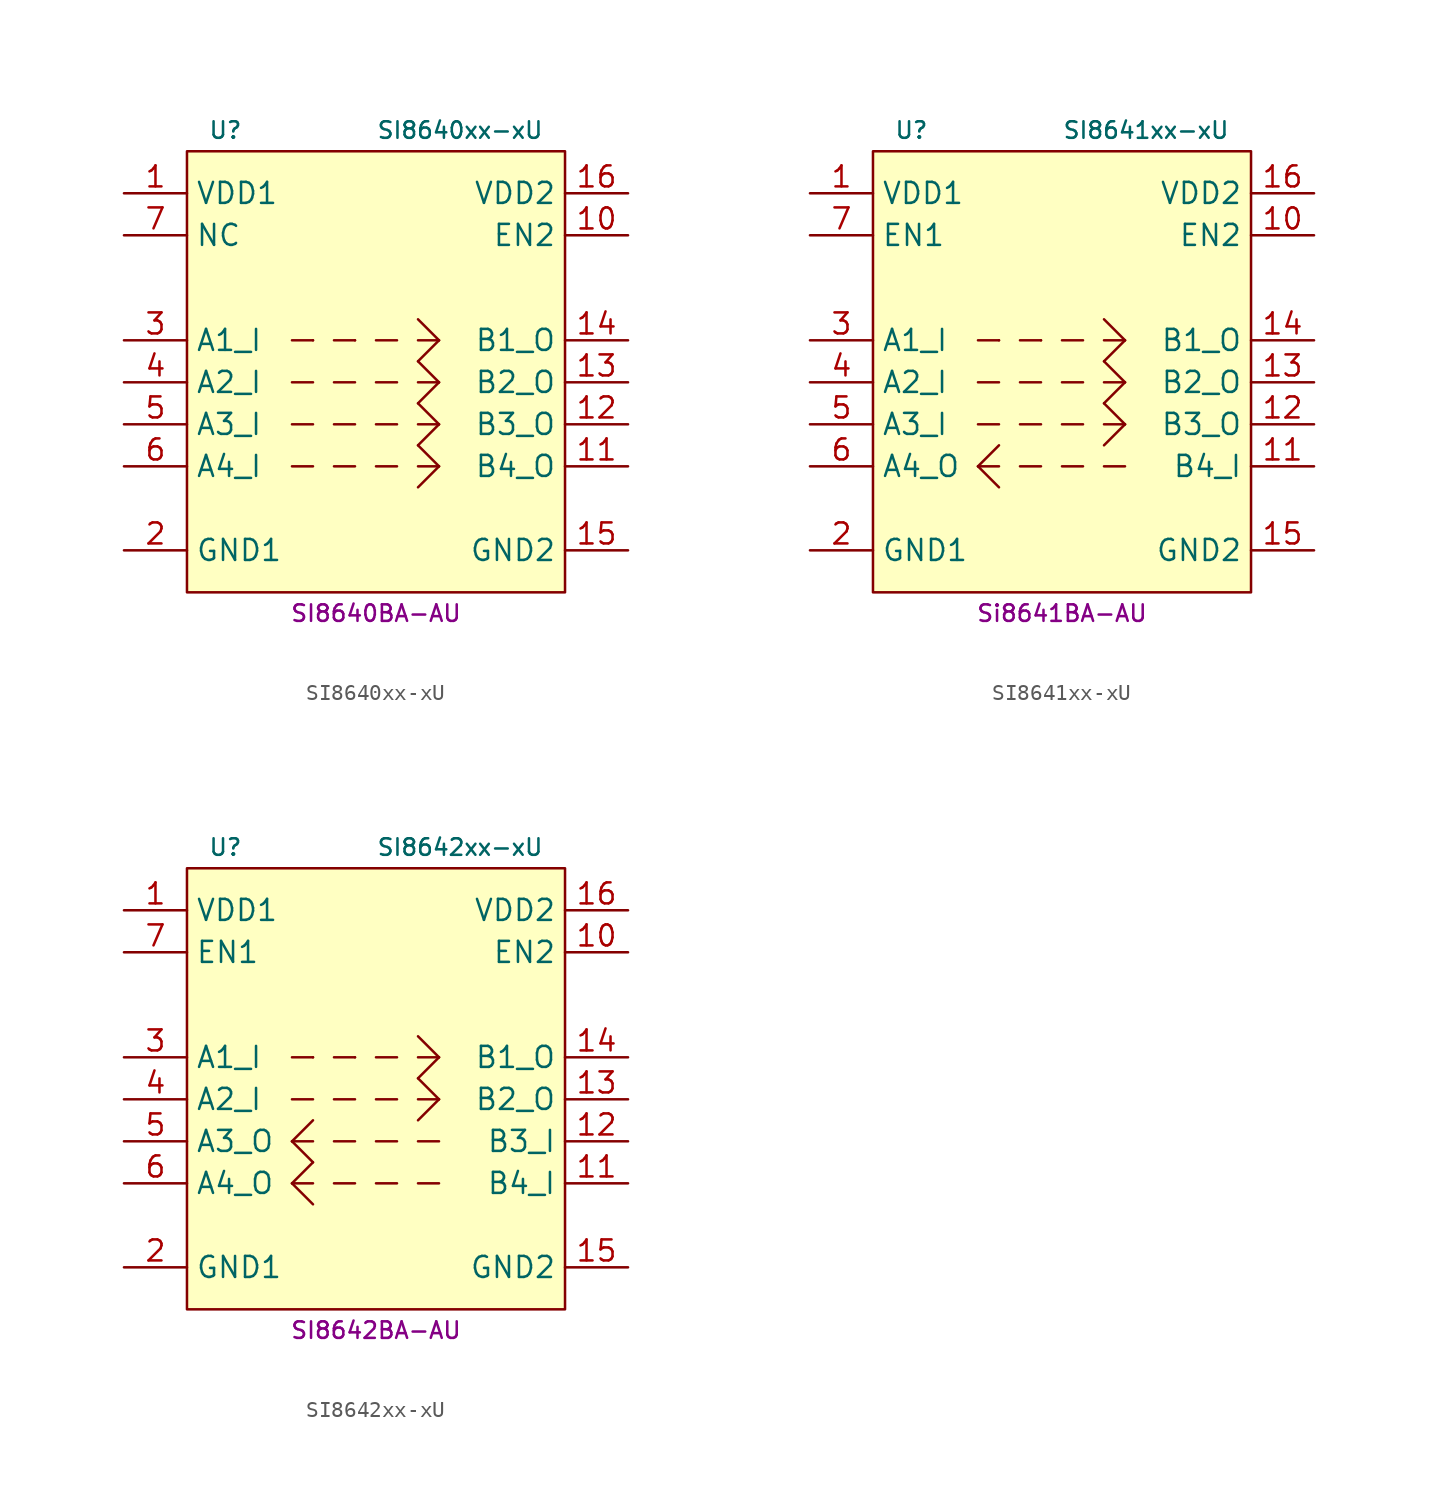
<source format=kicad_sym>
(kicad_symbol_lib
  (version 20231120)
  (generator "kicad_symbol_editor")
  (generator_version "8.0")
  (symbol "SI8640xx-xU"
    (property "Reference" "U"
      (at -10.16 12.7 0)
      (do_not_autoplace)
      (effects (font (size 1 1)) (justify left)))
    (property "Value" "SI8640xx-xU"
      (at 10.16 12.7 0)
      (do_not_autoplace)
      (effects (font (size 1 1)) (justify right)))
    (property "MPN" "SI8640BA-AU"
      (at 0 -16.51 0)
      (do_not_autoplace)
      (effects (font (size 1 1))))
    (symbol "SI8640xx-xU_0_1"
      (rectangle (start -11.43 11.43) (end 11.43 -15.24) (stroke (width 0) (type default)) (fill (type background)))
      (polyline (pts (xy -3.81 -2.54) (xy -5.08 -2.54)) (stroke (width 0) (type default)) (fill (type none)))
      (polyline (pts (xy -1.27 -2.54) (xy -2.54 -2.54)) (stroke (width 0) (type default)) (fill (type none)))
      (polyline (pts (xy -1.27 0) (xy -2.54 0)) (stroke (width 0) (type default)) (fill (type none)))
      (polyline (pts (xy -1.27 0) (xy -1.27 0)) (stroke (width 0) (type default)) (fill (type none)))
      (polyline (pts (xy 1.27 -2.54) (xy 0 -2.54)) (stroke (width 0) (type default)) (fill (type none)))
      (polyline (pts (xy 1.27 0) (xy 0 0)) (stroke (width 0) (type default)) (fill (type none)))
      (polyline (pts (xy 3.81 -2.54) (xy 2.54 -3.81)) (stroke (width 0) (type default)) (fill (type none)))
      (polyline (pts (xy 3.81 -2.54) (xy 2.54 -2.54)) (stroke (width 0) (type default)) (fill (type none)))
      (polyline (pts (xy 3.81 -2.54) (xy 2.54 -1.27)) (stroke (width 0) (type default)) (fill (type none))))
    (symbol "SI8640xx-xU_1_1"
      (polyline (pts (xy -5.08 -7.62) (xy -3.81 -7.62)) (stroke (width 0) (type default)) (fill (type none)))
      (polyline (pts (xy -3.81 -5.08) (xy -5.08 -5.08)) (stroke (width 0) (type default)) (fill (type none)))
      (polyline (pts (xy -3.81 0) (xy -5.08 0)) (stroke (width 0) (type default)) (fill (type none)))
      (polyline (pts (xy -3.81 0) (xy -3.81 0)) (stroke (width 0) (type default)) (fill (type none)))
      (polyline (pts (xy -1.27 -7.62) (xy -2.54 -7.62)) (stroke (width 0) (type default)) (fill (type none)))
      (polyline (pts (xy -1.27 -5.08) (xy -2.54 -5.08)) (stroke (width 0) (type default)) (fill (type none)))
      (polyline (pts (xy 1.27 -7.62) (xy 0 -7.62)) (stroke (width 0) (type default)) (fill (type none)))
      (polyline (pts (xy 1.27 -5.08) (xy 0 -5.08)) (stroke (width 0) (type default)) (fill (type none)))
      (polyline (pts (xy 2.54 -8.89) (xy 3.81 -7.62)) (stroke (width 0) (type default)) (fill (type none)))
      (polyline (pts (xy 3.81 -7.62) (xy 2.54 -7.62)) (stroke (width 0) (type default)) (fill (type none)))
      (polyline (pts (xy 3.81 -7.62) (xy 2.54 -6.35)) (stroke (width 0) (type default)) (fill (type none)))
      (polyline (pts (xy 3.81 -5.08) (xy 2.54 -6.35)) (stroke (width 0) (type default)) (fill (type none)))
      (polyline (pts (xy 3.81 -5.08) (xy 2.54 -5.08)) (stroke (width 0) (type default)) (fill (type none)))
      (polyline (pts (xy 3.81 -5.08) (xy 2.54 -3.81)) (stroke (width 0) (type default)) (fill (type none)))
      (polyline (pts (xy 3.81 0) (xy 2.54 -1.27)) (stroke (width 0) (type default)) (fill (type none)))
      (polyline (pts (xy 3.81 0) (xy 2.54 0)) (stroke (width 0) (type default)) (fill (type none)))
      (polyline (pts (xy 3.81 0) (xy 2.54 1.27)) (stroke (width 0) (type default)) (fill (type none)))
      (pin power_in line (at -15.24 8.89 0) (length 3.81) (name "VDD1" (effects (font (size 1.27 1.27)))) (number "1" (effects (font (size 1.27 1.27)))))
      (pin input line (at 15.24 6.35 180) (length 3.81) (name "EN2" (effects (font (size 1.27 1.27)))) (number "10" (effects (font (size 1.27 1.27)))))
      (pin output line (at 15.24 -7.62 180) (length 3.81) (name "B4_O" (effects (font (size 1.27 1.27)))) (number "11" (effects (font (size 1.27 1.27)))))
      (pin output line (at 15.24 -5.08 180) (length 3.81) (name "B3_O" (effects (font (size 1.27 1.27)))) (number "12" (effects (font (size 1.27 1.27)))))
      (pin output line (at 15.24 -2.54 180) (length 3.81) (name "B2_O" (effects (font (size 1.27 1.27)))) (number "13" (effects (font (size 1.27 1.27)))))
      (pin output line (at 15.24 0 180) (length 3.81) (name "B1_O" (effects (font (size 1.27 1.27)))) (number "14" (effects (font (size 1.27 1.27)))))
      (pin power_in line (at 15.24 -12.7 180) (length 3.81) (name "GND2" (effects (font (size 1.27 1.27)))) (number "15" (effects (font (size 1.27 1.27)))))
      (pin power_in line (at 15.24 8.89 180) (length 3.81) (name "VDD2" (effects (font (size 1.27 1.27)))) (number "16" (effects (font (size 1.27 1.27)))))
      (pin power_in line (at -15.24 -12.7 0) (length 3.81) (name "GND1" (effects (font (size 1.27 1.27)))) (number "2" (effects (font (size 1.27 1.27)))))
      (pin input line (at -15.24 0 0) (length 3.81) (name "A1_I" (effects (font (size 1.27 1.27)))) (number "3" (effects (font (size 1.27 1.27)))))
      (pin input line (at -15.24 -2.54 0) (length 3.81) (name "A2_I" (effects (font (size 1.27 1.27)))) (number "4" (effects (font (size 1.27 1.27)))))
      (pin input line (at -15.24 -5.08 0) (length 3.81) (name "A3_I" (effects (font (size 1.27 1.27)))) (number "5" (effects (font (size 1.27 1.27)))))
      (pin input line (at -15.24 -7.62 0) (length 3.81) (name "A4_I" (effects (font (size 1.27 1.27)))) (number "6" (effects (font (size 1.27 1.27)))))
      (pin input line (at -15.24 6.35 0) (length 3.81) (name "NC" (effects (font (size 1.27 1.27)))) (number "7" (effects (font (size 1.27 1.27)))))
      (pin passive line (at -15.24 -12.7 0) (length 3.81) hide (name "GND1" (effects (font (size 1.27 1.27)))) (number "8" (effects (font (size 1.27 1.27)))))
      (pin passive line (at 15.24 -12.7 180) (length 3.81) hide (name "GND2" (effects (font (size 1.27 1.27)))) (number "9" (effects (font (size 1.27 1.27)))))))
  (symbol "SI8641xx-xU"
    (property "Reference" "U"
      (at -10.16 12.7 0)
      (do_not_autoplace)
      (effects (font (size 1 1)) (justify left)))
    (property "Value" "SI8641xx-xU"
      (at 10.16 12.7 0)
      (do_not_autoplace)
      (effects (font (size 1 1)) (justify right)))
    (property "MPN" "Si8641BA-AU"
      (at 0 -16.51 0)
      (do_not_autoplace)
      (effects (font (size 1 1))))
    (symbol "SI8641xx-xU_0_1"
      (rectangle (start -11.43 11.43) (end 11.43 -15.24) (stroke (width 0) (type default)) (fill (type background)))
      (polyline (pts (xy -3.81 -2.54) (xy -5.08 -2.54)) (stroke (width 0) (type default)) (fill (type none)))
      (polyline (pts (xy -1.27 -2.54) (xy -2.54 -2.54)) (stroke (width 0) (type default)) (fill (type none)))
      (polyline (pts (xy -1.27 0) (xy -2.54 0)) (stroke (width 0) (type default)) (fill (type none)))
      (polyline (pts (xy -1.27 0) (xy -1.27 0)) (stroke (width 0) (type default)) (fill (type none)))
      (polyline (pts (xy 1.27 -2.54) (xy 0 -2.54)) (stroke (width 0) (type default)) (fill (type none)))
      (polyline (pts (xy 1.27 0) (xy 0 0)) (stroke (width 0) (type default)) (fill (type none)))
      (polyline (pts (xy 3.81 -2.54) (xy 2.54 -3.81)) (stroke (width 0) (type default)) (fill (type none)))
      (polyline (pts (xy 3.81 -2.54) (xy 2.54 -2.54)) (stroke (width 0) (type default)) (fill (type none)))
      (polyline (pts (xy 3.81 -2.54) (xy 2.54 -1.27)) (stroke (width 0) (type default)) (fill (type none))))
    (symbol "SI8641xx-xU_1_1"
      (polyline (pts (xy -5.08 -7.62) (xy -3.81 -8.89)) (stroke (width 0) (type default)) (fill (type none)))
      (polyline (pts (xy -5.08 -7.62) (xy -3.81 -7.62)) (stroke (width 0) (type default)) (fill (type none)))
      (polyline (pts (xy -5.08 -7.62) (xy -3.81 -6.35)) (stroke (width 0) (type default)) (fill (type none)))
      (polyline (pts (xy -3.81 -5.08) (xy -5.08 -5.08)) (stroke (width 0) (type default)) (fill (type none)))
      (polyline (pts (xy -3.81 0) (xy -5.08 0)) (stroke (width 0) (type default)) (fill (type none)))
      (polyline (pts (xy -3.81 0) (xy -3.81 0)) (stroke (width 0) (type default)) (fill (type none)))
      (polyline (pts (xy -1.27 -7.62) (xy -2.54 -7.62)) (stroke (width 0) (type default)) (fill (type none)))
      (polyline (pts (xy -1.27 -5.08) (xy -2.54 -5.08)) (stroke (width 0) (type default)) (fill (type none)))
      (polyline (pts (xy 1.27 -7.62) (xy 0 -7.62)) (stroke (width 0) (type default)) (fill (type none)))
      (polyline (pts (xy 1.27 -5.08) (xy 0 -5.08)) (stroke (width 0) (type default)) (fill (type none)))
      (polyline (pts (xy 3.81 -7.62) (xy 2.54 -7.62)) (stroke (width 0) (type default)) (fill (type none)))
      (polyline (pts (xy 3.81 -5.08) (xy 2.54 -6.35)) (stroke (width 0) (type default)) (fill (type none)))
      (polyline (pts (xy 3.81 -5.08) (xy 2.54 -5.08)) (stroke (width 0) (type default)) (fill (type none)))
      (polyline (pts (xy 3.81 -5.08) (xy 2.54 -3.81)) (stroke (width 0) (type default)) (fill (type none)))
      (polyline (pts (xy 3.81 0) (xy 2.54 -1.27)) (stroke (width 0) (type default)) (fill (type none)))
      (polyline (pts (xy 3.81 0) (xy 2.54 0)) (stroke (width 0) (type default)) (fill (type none)))
      (polyline (pts (xy 3.81 0) (xy 2.54 1.27)) (stroke (width 0) (type default)) (fill (type none)))
      (pin power_in line (at -15.24 8.89 0) (length 3.81) (name "VDD1" (effects (font (size 1.27 1.27)))) (number "1" (effects (font (size 1.27 1.27)))))
      (pin input line (at 15.24 6.35 180) (length 3.81) (name "EN2" (effects (font (size 1.27 1.27)))) (number "10" (effects (font (size 1.27 1.27)))))
      (pin input line (at 15.24 -7.62 180) (length 3.81) (name "B4_I" (effects (font (size 1.27 1.27)))) (number "11" (effects (font (size 1.27 1.27)))))
      (pin output line (at 15.24 -5.08 180) (length 3.81) (name "B3_O" (effects (font (size 1.27 1.27)))) (number "12" (effects (font (size 1.27 1.27)))))
      (pin output line (at 15.24 -2.54 180) (length 3.81) (name "B2_O" (effects (font (size 1.27 1.27)))) (number "13" (effects (font (size 1.27 1.27)))))
      (pin output line (at 15.24 0 180) (length 3.81) (name "B1_O" (effects (font (size 1.27 1.27)))) (number "14" (effects (font (size 1.27 1.27)))))
      (pin power_in line (at 15.24 -12.7 180) (length 3.81) (name "GND2" (effects (font (size 1.27 1.27)))) (number "15" (effects (font (size 1.27 1.27)))))
      (pin power_in line (at 15.24 8.89 180) (length 3.81) (name "VDD2" (effects (font (size 1.27 1.27)))) (number "16" (effects (font (size 1.27 1.27)))))
      (pin power_in line (at -15.24 -12.7 0) (length 3.81) (name "GND1" (effects (font (size 1.27 1.27)))) (number "2" (effects (font (size 1.27 1.27)))))
      (pin input line (at -15.24 0 0) (length 3.81) (name "A1_I" (effects (font (size 1.27 1.27)))) (number "3" (effects (font (size 1.27 1.27)))))
      (pin input line (at -15.24 -2.54 0) (length 3.81) (name "A2_I" (effects (font (size 1.27 1.27)))) (number "4" (effects (font (size 1.27 1.27)))))
      (pin input line (at -15.24 -5.08 0) (length 3.81) (name "A3_I" (effects (font (size 1.27 1.27)))) (number "5" (effects (font (size 1.27 1.27)))))
      (pin output line (at -15.24 -7.62 0) (length 3.81) (name "A4_O" (effects (font (size 1.27 1.27)))) (number "6" (effects (font (size 1.27 1.27)))))
      (pin input line (at -15.24 6.35 0) (length 3.81) (name "EN1" (effects (font (size 1.27 1.27)))) (number "7" (effects (font (size 1.27 1.27)))))
      (pin passive line (at -15.24 -12.7 0) (length 3.81) hide (name "GND1" (effects (font (size 1.27 1.27)))) (number "8" (effects (font (size 1.27 1.27)))))
      (pin passive line (at 15.24 -12.7 180) (length 3.81) hide (name "GND2" (effects (font (size 1.27 1.27)))) (number "9" (effects (font (size 1.27 1.27)))))))
  (symbol "SI8642xx-xU"
    (property "Reference" "U"
      (at -10.16 12.7 0)
      (do_not_autoplace)
      (effects (font (size 1 1)) (justify left)))
    (property "Value" "SI8642xx-xU"
      (at 10.16 12.7 0)
      (do_not_autoplace)
      (effects (font (size 1 1)) (justify right)))
    (property "MPN" "SI8642BA-AU"
      (at 0 -16.51 0)
      (do_not_autoplace)
      (effects (font (size 1 1))))
    (symbol "SI8642xx-xU_0_1"
      (rectangle (start -11.43 11.43) (end 11.43 -15.24) (stroke (width 0) (type default)) (fill (type background)))
      (polyline (pts (xy -3.81 -2.54) (xy -5.08 -2.54)) (stroke (width 0) (type default)) (fill (type none)))
      (polyline (pts (xy -1.27 -2.54) (xy -2.54 -2.54)) (stroke (width 0) (type default)) (fill (type none)))
      (polyline (pts (xy -1.27 0) (xy -2.54 0)) (stroke (width 0) (type default)) (fill (type none)))
      (polyline (pts (xy -1.27 0) (xy -1.27 0)) (stroke (width 0) (type default)) (fill (type none)))
      (polyline (pts (xy 1.27 -2.54) (xy 0 -2.54)) (stroke (width 0) (type default)) (fill (type none)))
      (polyline (pts (xy 1.27 0) (xy 0 0)) (stroke (width 0) (type default)) (fill (type none)))
      (polyline (pts (xy 3.81 -2.54) (xy 2.54 -3.81)) (stroke (width 0) (type default)) (fill (type none)))
      (polyline (pts (xy 3.81 -2.54) (xy 2.54 -2.54)) (stroke (width 0) (type default)) (fill (type none)))
      (polyline (pts (xy 3.81 -2.54) (xy 2.54 -1.27)) (stroke (width 0) (type default)) (fill (type none))))
    (symbol "SI8642xx-xU_1_1"
      (polyline (pts (xy -5.08 -7.62) (xy -3.81 -8.89)) (stroke (width 0) (type default)) (fill (type none)))
      (polyline (pts (xy -5.08 -7.62) (xy -3.81 -7.62)) (stroke (width 0) (type default)) (fill (type none)))
      (polyline (pts (xy -5.08 -7.62) (xy -3.81 -6.35)) (stroke (width 0) (type default)) (fill (type none)))
      (polyline (pts (xy -5.08 -5.08) (xy -3.81 -6.35)) (stroke (width 0) (type default)) (fill (type none)))
      (polyline (pts (xy -5.08 -5.08) (xy -3.81 -3.81)) (stroke (width 0) (type default)) (fill (type none)))
      (polyline (pts (xy -3.81 -5.08) (xy -5.08 -5.08)) (stroke (width 0) (type default)) (fill (type none)))
      (polyline (pts (xy -3.81 0) (xy -5.08 0)) (stroke (width 0) (type default)) (fill (type none)))
      (polyline (pts (xy -3.81 0) (xy -3.81 0)) (stroke (width 0) (type default)) (fill (type none)))
      (polyline (pts (xy -1.27 -7.62) (xy -2.54 -7.62)) (stroke (width 0) (type default)) (fill (type none)))
      (polyline (pts (xy -1.27 -5.08) (xy -2.54 -5.08)) (stroke (width 0) (type default)) (fill (type none)))
      (polyline (pts (xy 1.27 -7.62) (xy 0 -7.62)) (stroke (width 0) (type default)) (fill (type none)))
      (polyline (pts (xy 1.27 -5.08) (xy 0 -5.08)) (stroke (width 0) (type default)) (fill (type none)))
      (polyline (pts (xy 3.81 -7.62) (xy 2.54 -7.62)) (stroke (width 0) (type default)) (fill (type none)))
      (polyline (pts (xy 3.81 -5.08) (xy 2.54 -5.08)) (stroke (width 0) (type default)) (fill (type none)))
      (polyline (pts (xy 3.81 0) (xy 2.54 -1.27)) (stroke (width 0) (type default)) (fill (type none)))
      (polyline (pts (xy 3.81 0) (xy 2.54 0)) (stroke (width 0) (type default)) (fill (type none)))
      (polyline (pts (xy 3.81 0) (xy 2.54 1.27)) (stroke (width 0) (type default)) (fill (type none)))
      (pin power_in line (at -15.24 8.89 0) (length 3.81) (name "VDD1" (effects (font (size 1.27 1.27)))) (number "1" (effects (font (size 1.27 1.27)))))
      (pin input line (at 15.24 6.35 180) (length 3.81) (name "EN2" (effects (font (size 1.27 1.27)))) (number "10" (effects (font (size 1.27 1.27)))))
      (pin input line (at 15.24 -7.62 180) (length 3.81) (name "B4_I" (effects (font (size 1.27 1.27)))) (number "11" (effects (font (size 1.27 1.27)))))
      (pin input line (at 15.24 -5.08 180) (length 3.81) (name "B3_I" (effects (font (size 1.27 1.27)))) (number "12" (effects (font (size 1.27 1.27)))))
      (pin output line (at 15.24 -2.54 180) (length 3.81) (name "B2_O" (effects (font (size 1.27 1.27)))) (number "13" (effects (font (size 1.27 1.27)))))
      (pin output line (at 15.24 0 180) (length 3.81) (name "B1_O" (effects (font (size 1.27 1.27)))) (number "14" (effects (font (size 1.27 1.27)))))
      (pin power_in line (at 15.24 -12.7 180) (length 3.81) (name "GND2" (effects (font (size 1.27 1.27)))) (number "15" (effects (font (size 1.27 1.27)))))
      (pin power_in line (at 15.24 8.89 180) (length 3.81) (name "VDD2" (effects (font (size 1.27 1.27)))) (number "16" (effects (font (size 1.27 1.27)))))
      (pin power_in line (at -15.24 -12.7 0) (length 3.81) (name "GND1" (effects (font (size 1.27 1.27)))) (number "2" (effects (font (size 1.27 1.27)))))
      (pin input line (at -15.24 0 0) (length 3.81) (name "A1_I" (effects (font (size 1.27 1.27)))) (number "3" (effects (font (size 1.27 1.27)))))
      (pin input line (at -15.24 -2.54 0) (length 3.81) (name "A2_I" (effects (font (size 1.27 1.27)))) (number "4" (effects (font (size 1.27 1.27)))))
      (pin output line (at -15.24 -5.08 0) (length 3.81) (name "A3_O" (effects (font (size 1.27 1.27)))) (number "5" (effects (font (size 1.27 1.27)))))
      (pin output line (at -15.24 -7.62 0) (length 3.81) (name "A4_O" (effects (font (size 1.27 1.27)))) (number "6" (effects (font (size 1.27 1.27)))))
      (pin input line (at -15.24 6.35 0) (length 3.81) (name "EN1" (effects (font (size 1.27 1.27)))) (number "7" (effects (font (size 1.27 1.27)))))
      (pin passive line (at -15.24 -12.7 0) (length 3.81) hide (name "GND1" (effects (font (size 1.27 1.27)))) (number "8" (effects (font (size 1.27 1.27)))))
      (pin passive line (at 15.24 -12.7 180) (length 3.81) hide (name "GND2" (effects (font (size 1.27 1.27)))) (number "9" (effects (font (size 1.27 1.27))))))))
</source>
